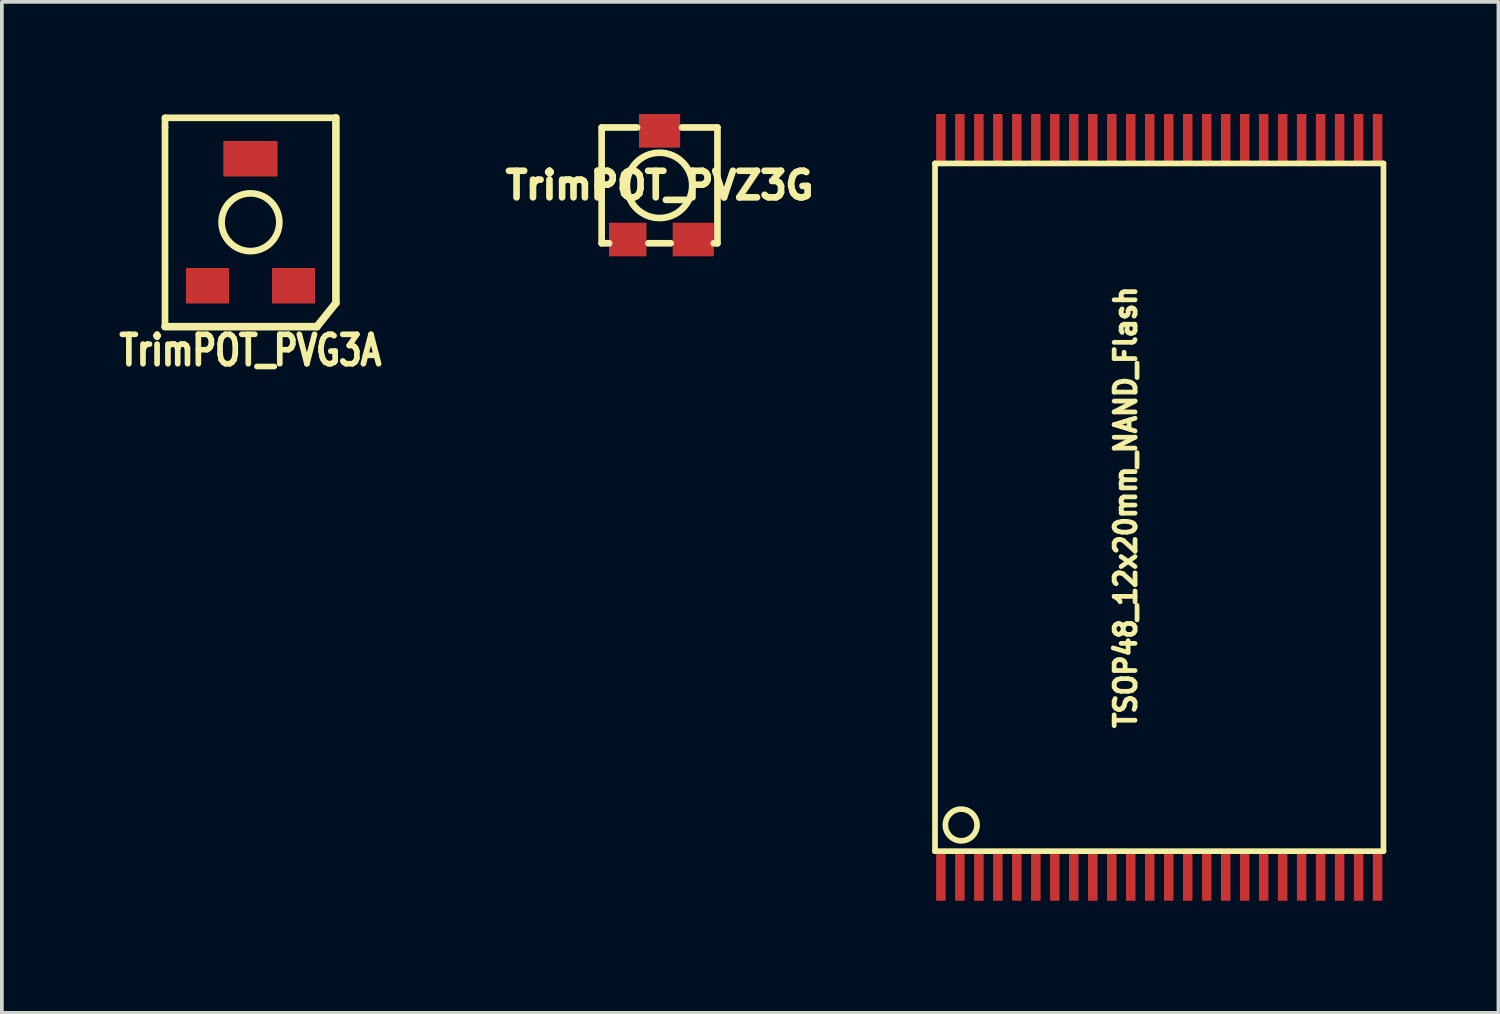
<source format=kicad_pcb>
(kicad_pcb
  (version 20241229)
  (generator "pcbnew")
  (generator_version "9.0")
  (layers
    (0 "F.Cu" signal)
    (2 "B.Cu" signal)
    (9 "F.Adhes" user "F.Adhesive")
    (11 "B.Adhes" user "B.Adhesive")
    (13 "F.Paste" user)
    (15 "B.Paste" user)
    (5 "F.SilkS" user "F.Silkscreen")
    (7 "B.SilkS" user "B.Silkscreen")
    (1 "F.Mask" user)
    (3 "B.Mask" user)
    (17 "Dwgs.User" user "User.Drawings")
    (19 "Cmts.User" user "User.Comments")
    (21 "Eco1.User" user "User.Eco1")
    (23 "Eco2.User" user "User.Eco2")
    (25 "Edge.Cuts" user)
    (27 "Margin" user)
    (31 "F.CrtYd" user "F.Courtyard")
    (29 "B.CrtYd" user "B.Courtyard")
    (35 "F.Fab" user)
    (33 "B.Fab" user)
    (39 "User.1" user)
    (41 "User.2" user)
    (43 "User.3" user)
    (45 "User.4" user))
  (footprint "TSOP48_12x20mm_NAND_Flash"
    (layer "F.Cu")
    (at 27.965 10.523)
    (property "Reference" "TSOP48_12x20mm_NAND_Flash" (at -0.899 0 90) (layer "F.SilkS") (effects (font (size 0.559 0.508) (thickness 0.127))))
    (attr smd)
    (fp_line (start -5.999 -9.2) (end -5.999 9.2) (stroke (width 0.152) (type solid)) (layer "F.SilkS"))
    (fp_line (start -5.999 9.2) (end 5.999 9.2) (stroke (width 0.152) (type solid)) (layer "F.SilkS"))
    (fp_line (start 5.999 -9.2) (end -5.999 -9.2) (stroke (width 0.152) (type solid)) (layer "F.SilkS"))
    (fp_line (start 5.999 9.2) (end 5.999 -9.2) (stroke (width 0.152) (type solid)) (layer "F.SilkS"))
    (fp_circle (center -5.298 8.499) (end -4.999 8.199) (stroke (width 0.152) (type solid)) (fill no) (layer "F.SilkS"))
    (pad "1" smd rect (at -5.842 9.891) (size 0.254 1.27) (layers "F.Cu" "F.Mask" "F.Paste"))
    (pad "2" smd rect (at -5.334 9.891) (size 0.254 1.27) (layers "F.Cu" "F.Mask" "F.Paste"))
    (pad "3" smd rect (at -4.826 9.891) (size 0.254 1.27) (layers "F.Cu" "F.Mask" "F.Paste"))
    (pad "4" smd rect (at -4.318 9.891) (size 0.254 1.27) (layers "F.Cu" "F.Mask" "F.Paste"))
    (pad "5" smd rect (at -3.81 9.891) (size 0.254 1.27) (layers "F.Cu" "F.Mask" "F.Paste"))
    (pad "6" smd rect (at -3.302 9.891) (size 0.254 1.27) (layers "F.Cu" "F.Mask" "F.Paste"))
    (pad "7" smd rect (at -2.794 9.891) (size 0.254 1.27) (layers "F.Cu" "F.Mask" "F.Paste"))
    (pad "8" smd rect (at -2.286 9.891) (size 0.254 1.27) (layers "F.Cu" "F.Mask" "F.Paste"))
    (pad "9" smd rect (at -1.778 9.891) (size 0.254 1.27) (layers "F.Cu" "F.Mask" "F.Paste"))
    (pad "10" smd rect (at -1.27 9.891) (size 0.254 1.27) (layers "F.Cu" "F.Mask" "F.Paste"))
    (pad "11" smd rect (at -0.762 9.891) (size 0.254 1.27) (layers "F.Cu" "F.Mask" "F.Paste"))
    (pad "12" smd rect (at -0.254 9.891) (size 0.254 1.27) (layers "F.Cu" "F.Mask" "F.Paste"))
    (pad "13" smd rect (at 0.254 9.891) (size 0.254 1.27) (layers "F.Cu" "F.Mask" "F.Paste"))
    (pad "14" smd rect (at 0.762 9.891) (size 0.254 1.27) (layers "F.Cu" "F.Mask" "F.Paste"))
    (pad "15" smd rect (at 1.27 9.891) (size 0.254 1.27) (layers "F.Cu" "F.Mask" "F.Paste"))
    (pad "16" smd rect (at 1.778 9.891) (size 0.254 1.27) (layers "F.Cu" "F.Mask" "F.Paste"))
    (pad "17" smd rect (at 2.286 9.891) (size 0.254 1.27) (layers "F.Cu" "F.Mask" "F.Paste"))
    (pad "18" smd rect (at 2.794 9.891) (size 0.254 1.27) (layers "F.Cu" "F.Mask" "F.Paste"))
    (pad "19" smd rect (at 3.302 9.891) (size 0.254 1.27) (layers "F.Cu" "F.Mask" "F.Paste"))
    (pad "20" smd rect (at 3.81 9.891) (size 0.254 1.27) (layers "F.Cu" "F.Mask" "F.Paste"))
    (pad "21" smd rect (at 4.318 9.891) (size 0.254 1.27) (layers "F.Cu" "F.Mask" "F.Paste"))
    (pad "22" smd rect (at 4.826 9.891) (size 0.254 1.27) (layers "F.Cu" "F.Mask" "F.Paste"))
    (pad "23" smd rect (at 5.334 9.891) (size 0.254 1.27) (layers "F.Cu" "F.Mask" "F.Paste"))
    (pad "24" smd rect (at 5.842 9.891) (size 0.254 1.27) (layers "F.Cu" "F.Mask" "F.Paste"))
    (pad "25" smd rect (at 5.842 -9.888) (size 0.254 1.27) (layers "F.Cu" "F.Mask" "F.Paste"))
    (pad "26" smd rect (at 5.334 -9.888) (size 0.254 1.27) (layers "F.Cu" "F.Mask" "F.Paste"))
    (pad "27" smd rect (at 4.826 -9.888) (size 0.254 1.27) (layers "F.Cu" "F.Mask" "F.Paste"))
    (pad "28" smd rect (at 4.318 -9.888) (size 0.254 1.27) (layers "F.Cu" "F.Mask" "F.Paste"))
    (pad "29" smd rect (at 3.81 -9.888) (size 0.254 1.27) (layers "F.Cu" "F.Mask" "F.Paste"))
    (pad "30" smd rect (at 3.302 -9.888) (size 0.254 1.27) (layers "F.Cu" "F.Mask" "F.Paste"))
    (pad "31" smd rect (at 2.794 -9.888) (size 0.254 1.27) (layers "F.Cu" "F.Mask" "F.Paste"))
    (pad "32" smd rect (at 2.286 -9.888) (size 0.254 1.27) (layers "F.Cu" "F.Mask" "F.Paste"))
    (pad "33" smd rect (at 1.778 -9.888) (size 0.254 1.27) (layers "F.Cu" "F.Mask" "F.Paste"))
    (pad "34" smd rect (at 1.27 -9.888) (size 0.254 1.27) (layers "F.Cu" "F.Mask" "F.Paste"))
    (pad "35" smd rect (at 0.762 -9.888) (size 0.254 1.27) (layers "F.Cu" "F.Mask" "F.Paste"))
    (pad "36" smd rect (at 0.254 -9.888) (size 0.254 1.27) (layers "F.Cu" "F.Mask" "F.Paste"))
    (pad "37" smd rect (at -0.254 -9.888) (size 0.254 1.27) (layers "F.Cu" "F.Mask" "F.Paste"))
    (pad "38" smd rect (at -0.762 -9.888) (size 0.254 1.27) (layers "F.Cu" "F.Mask" "F.Paste"))
    (pad "39" smd rect (at -1.27 -9.888) (size 0.254 1.27) (layers "F.Cu" "F.Mask" "F.Paste"))
    (pad "40" smd rect (at -1.778 -9.888) (size 0.254 1.27) (layers "F.Cu" "F.Mask" "F.Paste"))
    (pad "41" smd rect (at -2.286 -9.888) (size 0.254 1.27) (layers "F.Cu" "F.Mask" "F.Paste"))
    (pad "42" smd rect (at -2.794 -9.888) (size 0.254 1.27) (layers "F.Cu" "F.Mask" "F.Paste"))
    (pad "43" smd rect (at -3.302 -9.888) (size 0.254 1.27) (layers "F.Cu" "F.Mask" "F.Paste"))
    (pad "44" smd rect (at -3.81 -9.888) (size 0.254 1.27) (layers "F.Cu" "F.Mask" "F.Paste"))
    (pad "45" smd rect (at -4.318 -9.888) (size 0.254 1.27) (layers "F.Cu" "F.Mask" "F.Paste"))
    (pad "46" smd rect (at -4.826 -9.888) (size 0.254 1.27) (layers "F.Cu" "F.Mask" "F.Paste"))
    (pad "47" smd rect (at -5.334 -9.888) (size 0.254 1.27) (layers "F.Cu" "F.Mask" "F.Paste"))
    (pad "48" smd rect (at -5.842 -9.888) (size 0.254 1.27) (layers "F.Cu" "F.Mask" "F.Paste")))
  (footprint "TrimPOT_PVZ3G"
    (layer "F.Cu")
    (at 14.596 1.91)
    (property "Reference" "TrimPOT_PVZ3G" (at 0 0 0) (layer "F.SilkS") (effects (font (size 0.711 0.711) (thickness 0.178))))
    (attr smd)
    (fp_line (start -1.549 -1.549) (end -1.549 1.549) (stroke (width 0.178) (type solid)) (layer "F.SilkS"))
    (fp_line (start -1.549 1.549) (end -1.349 1.549) (stroke (width 0.178) (type solid)) (layer "F.SilkS"))
    (fp_line (start -0.599 -1.549) (end -1.549 -1.549) (stroke (width 0.178) (type solid)) (layer "F.SilkS"))
    (fp_line (start -0.3 1.549) (end 0.3 1.549) (stroke (width 0.178) (type solid)) (layer "F.SilkS"))
    (fp_line (start 1.549 -1.549) (end 0.599 -1.549) (stroke (width 0.178) (type solid)) (layer "F.SilkS"))
    (fp_line (start 1.549 1.549) (end 1.45 1.549) (stroke (width 0.178) (type solid)) (layer "F.SilkS"))
    (fp_line (start 1.549 1.549) (end 1.549 -1.549) (stroke (width 0.178) (type solid)) (layer "F.SilkS"))
    (fp_circle (center 0 0) (end 0.749 -0.45) (stroke (width 0.178) (type solid)) (fill no) (layer "F.SilkS"))
    (pad "1" smd rect (at 0 -1.46) (size 1.1 0.899) (layers "F.Cu" "F.Mask" "F.Paste"))
    (pad "2" smd rect (at -0.851 1.448) (size 1.001 0.899) (layers "F.Cu" "F.Mask" "F.Paste"))
    (pad "3" smd rect (at 0.902 1.448) (size 1.1 0.899) (layers "F.Cu" "F.Mask" "F.Paste")))
  (footprint "TrimPOT_PVG3A"
    (layer "F.Cu")
    (at 3.651 2.896)
    (property "Reference" "TrimPOT_PVG3A" (at 0 3.429 0) (layer "F.SilkS") (effects (font (size 0.787 0.61) (thickness 0.152))))
    (attr smd)
    (fp_line (start -2.286 -2.794) (end -2.286 -2.54) (stroke (width 0.178) (type solid)) (layer "F.SilkS"))
    (fp_line (start -2.286 -2.54) (end -2.286 2.794) (stroke (width 0.178) (type solid)) (layer "F.SilkS"))
    (fp_line (start -2.286 2.794) (end 1.778 2.794) (stroke (width 0.203) (type solid)) (layer "F.SilkS"))
    (fp_line (start 1.778 2.794) (end 2.286 2.159) (stroke (width 0.203) (type solid)) (layer "F.SilkS"))
    (fp_line (start 2.286 -2.794) (end -2.286 -2.794) (stroke (width 0.178) (type solid)) (layer "F.SilkS"))
    (fp_line (start 2.286 -2.794) (end 2.286 2.159) (stroke (width 0.203) (type solid)) (layer "F.SilkS"))
    (fp_circle (center 0 0) (end 0.762 -0.127) (stroke (width 0.178) (type solid)) (fill no) (layer "F.SilkS"))
    (pad "1" smd rect (at 1.151 1.699) (size 1.151 0.95) (layers "F.Cu" "F.Mask" "F.Paste"))
    (pad "2" smd rect (at 0 -1.699) (size 1.45 0.95) (layers "F.Cu" "F.Mask" "F.Paste"))
    (pad "3" smd rect (at -1.151 1.699) (size 1.151 0.95) (layers "F.Cu" "F.Mask" "F.Paste")))
  (gr_rect
    (start -3 -3)
    (end 37.04 24.049)
    (stroke (width 0.1) (type default))
    (fill no)
    (layer "Edge.Cuts")))
</source>
